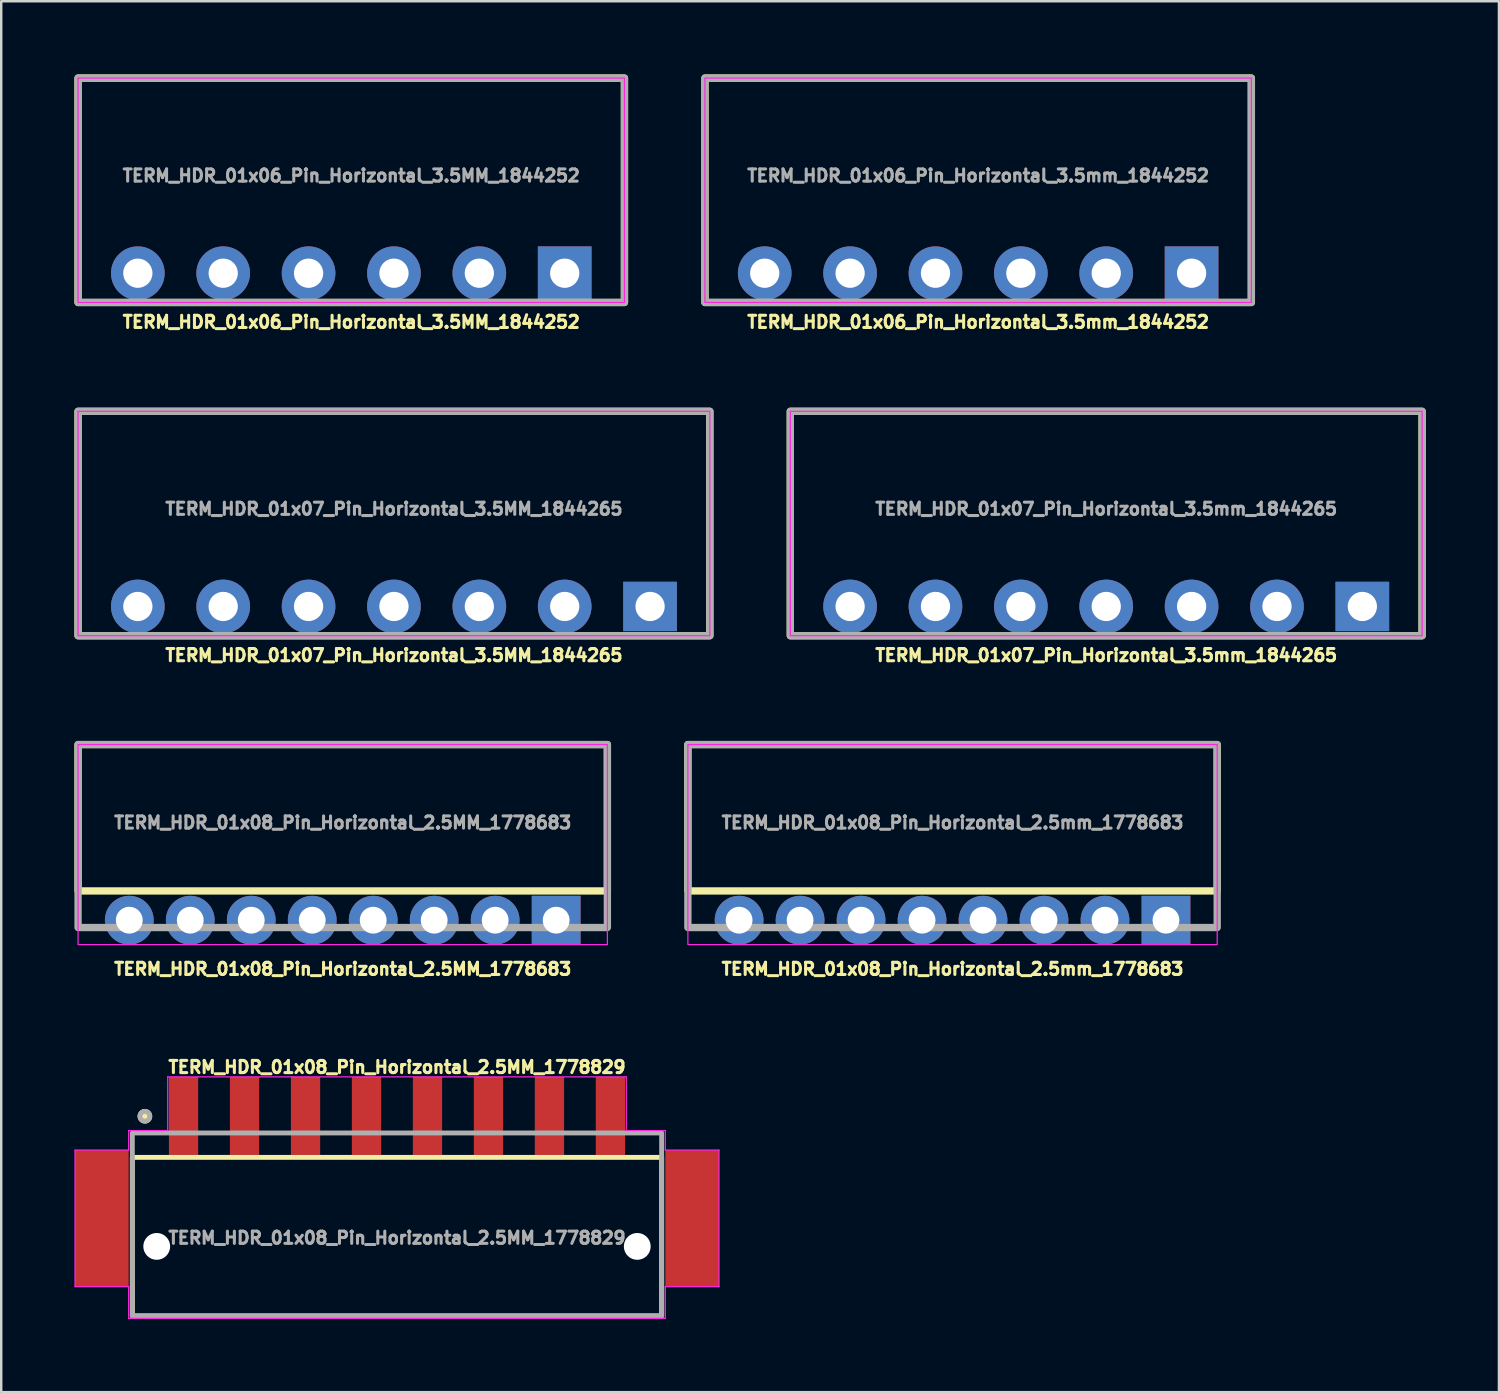
<source format=kicad_pcb>
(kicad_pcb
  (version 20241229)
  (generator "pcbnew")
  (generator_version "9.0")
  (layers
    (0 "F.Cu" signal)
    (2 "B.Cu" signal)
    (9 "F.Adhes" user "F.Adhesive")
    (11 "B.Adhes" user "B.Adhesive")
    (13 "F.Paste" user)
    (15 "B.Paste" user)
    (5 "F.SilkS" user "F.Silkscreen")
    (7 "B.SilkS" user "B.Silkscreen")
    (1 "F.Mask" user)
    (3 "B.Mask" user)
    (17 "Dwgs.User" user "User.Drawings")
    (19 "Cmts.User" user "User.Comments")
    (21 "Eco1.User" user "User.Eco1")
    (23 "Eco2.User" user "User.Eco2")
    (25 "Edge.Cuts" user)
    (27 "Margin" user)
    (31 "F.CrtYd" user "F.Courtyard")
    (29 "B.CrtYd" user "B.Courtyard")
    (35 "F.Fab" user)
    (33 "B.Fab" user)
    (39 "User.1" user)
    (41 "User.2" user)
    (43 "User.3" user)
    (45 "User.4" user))
  (footprint "TERM_HDR_01x08_Pin_Horizontal_2.5MM_1778683"
    (layer "F.Cu")
    (at 11 34.674)
    (property "Reference" "TERM_HDR_01x08_Pin_Horizontal_2.5MM_1778683" (at 0 2 0) (layer "F.SilkS") (effects (font (size 0.5 0.5) (thickness 0.125) (bold yes))))
    (attr through_hole)
    (fp_rect (start -10.85 -7.2) (end 10.85 -1.2) (stroke (width 0.3) (type default)) (fill no) (layer "F.SilkS"))
    (fp_rect (start -10.85 -7.2) (end 10.85 1) (stroke (width 0.05) (type default)) (fill no) (layer "F.CrtYd"))
    (fp_rect (start -10.85 -7.2) (end 10.85 0.3) (stroke (width 0.3) (type default)) (fill no) (layer "F.Fab"))
    (fp_text user "${REFERENCE}" (at 0 -4 0) (layer "F.Fab") (effects (font (size 0.5 0.5) (thickness 0.125) (bold yes))))
    (pad "1" thru_hole rect (at 8.75 0) (size 2 2) (drill 1.1) (layers "*.Cu" "*.Mask"))
    (pad "2" thru_hole circle (at 6.25 0) (size 2 2) (drill 1.1) (layers "*.Cu" "*.Mask"))
    (pad "3" thru_hole circle (at 3.75 0) (size 2 2) (drill 1.1) (layers "*.Cu" "*.Mask"))
    (pad "4" thru_hole circle (at 1.25 0) (size 2 2) (drill 1.1) (layers "*.Cu" "*.Mask"))
    (pad "5" thru_hole circle (at -1.25 0) (size 2 2) (drill 1.1) (layers "*.Cu" "*.Mask"))
    (pad "6" thru_hole circle (at -3.75 0) (size 2 2) (drill 1.1) (layers "*.Cu" "*.Mask"))
    (pad "7" thru_hole circle (at -6.25 0) (size 2 2) (drill 1.1) (layers "*.Cu" "*.Mask"))
    (pad "8" thru_hole circle (at -8.75 0) (size 2 2) (drill 1.1) (layers "*.Cu" "*.Mask")))
  (footprint "TERM_HDR_01x06_Pin_Horizontal_3.5mm_1844252"
    (layer "F.Cu")
    (at 37.05 8.15)
    (property "Reference" "TERM_HDR_01x06_Pin_Horizontal_3.5mm_1844252" (at 0 2 0) (layer "F.SilkS") (effects (font (size 0.5 0.5) (thickness 0.125) (bold yes))))
    (attr through_hole)
    (fp_rect (start -11.2 -8) (end 11.2 1.2) (stroke (width 0.3) (type default)) (fill no) (layer "F.SilkS"))
    (fp_rect (start -11.2 -8) (end 11.2 1.2) (stroke (width 0.05) (type default)) (fill no) (layer "F.CrtYd"))
    (fp_rect (start -11.2 -8) (end 11.2 1.2) (stroke (width 0.3) (type default)) (fill no) (layer "F.Fab"))
    (fp_text user "${REFERENCE}" (at 0 -4 0) (layer "F.Fab") (effects (font (size 0.5 0.5) (thickness 0.125) (bold yes))))
    (pad "1" thru_hole rect (at 8.75 0) (size 2.2 2.2) (drill 1.2) (layers "*.Cu" "*.Mask"))
    (pad "2" thru_hole circle (at 5.25 0) (size 2.2 2.2) (drill 1.2) (layers "*.Cu" "*.Mask"))
    (pad "3" thru_hole circle (at 1.75 0) (size 2.2 2.2) (drill 1.2) (layers "*.Cu" "*.Mask"))
    (pad "4" thru_hole circle (at -1.75 0) (size 2.2 2.2) (drill 1.2) (layers "*.Cu" "*.Mask"))
    (pad "5" thru_hole circle (at -5.25 0) (size 2.2 2.2) (drill 1.2) (layers "*.Cu" "*.Mask"))
    (pad "6" thru_hole circle (at -8.75 0) (size 2.2 2.2) (drill 1.2) (layers "*.Cu" "*.Mask")))
  (footprint "TERM_HDR_01x07_Pin_Horizontal_3.5mm_1844265"
    (layer "F.Cu")
    (at 42.3 21.812)
    (property "Reference" "TERM_HDR_01x07_Pin_Horizontal_3.5mm_1844265" (at 0 2 0) (layer "F.SilkS") (effects (font (size 0.5 0.5) (thickness 0.125) (bold yes))))
    (attr through_hole)
    (fp_rect (start -12.95 -8) (end 12.95 1.2) (stroke (width 0.3) (type default)) (fill no) (layer "F.SilkS"))
    (fp_rect (start -12.95 -8) (end 12.95 1.2) (stroke (width 0.05) (type default)) (fill no) (layer "F.CrtYd"))
    (fp_rect (start -12.95 -8) (end 12.95 1.2) (stroke (width 0.3) (type default)) (fill no) (layer "F.Fab"))
    (fp_text user "${REFERENCE}" (at 0 -4 0) (layer "F.Fab") (effects (font (size 0.5 0.5) (thickness 0.125) (bold yes))))
    (pad "1" thru_hole rect (at 10.5 0) (size 2.2 2.025) (drill 1.2) (layers "*.Cu" "*.Mask"))
    (pad "2" thru_hole circle (at 7 0) (size 2.2 2.2) (drill 1.2) (layers "*.Cu" "*.Mask"))
    (pad "3" thru_hole circle (at 3.5 0) (size 2.2 2.2) (drill 1.2) (layers "*.Cu" "*.Mask"))
    (pad "4" thru_hole circle (at 0 0) (size 2.2 2.2) (drill 1.2) (layers "*.Cu" "*.Mask"))
    (pad "5" thru_hole circle (at -3.5 0) (size 2.2 2.2) (drill 1.2) (layers "*.Cu" "*.Mask"))
    (pad "6" thru_hole circle (at -7 0) (size 2.2 2.2) (drill 1.2) (layers "*.Cu" "*.Mask"))
    (pad "7" thru_hole circle (at -10.5 0) (size 2.2 2.2) (drill 1.2) (layers "*.Cu" "*.Mask")))
  (footprint "TERM_HDR_01x08_Pin_Horizontal_2.5MM_1778829"
    (layer "F.Cu")
    (at 13.225 42.697)
    (property "Reference" "TERM_HDR_01x08_Pin_Horizontal_2.5MM_1778829" (at 0 -2 0) (layer "F.SilkS") (effects (font (size 0.5 0.5) (thickness 0.125) (bold yes))))
    (attr smd)
    (fp_rect (start -10.85 1.7) (end 10.85 8.2) (stroke (width 0.2) (type default)) (fill no) (layer "F.SilkS"))
    (fp_circle (center -10.335 0.015) (end -10.135 0.015) (stroke (width 0.2) (type solid)) (fill yes) (layer "F.SilkS"))
    (fp_line (start -13.2 1.4) (end -13.2 7) (stroke (width 0.05) (type default)) (layer "F.CrtYd"))
    (fp_line (start -13.2 7) (end -11 7) (stroke (width 0.05) (type default)) (layer "F.CrtYd"))
    (fp_line (start -11 0.6) (end -11 1.4) (stroke (width 0.05) (type default)) (layer "F.CrtYd"))
    (fp_line (start -11 1.4) (end -13.2 1.4) (stroke (width 0.05) (type default)) (layer "F.CrtYd"))
    (fp_line (start -11 7) (end -11 8.3) (stroke (width 0.05) (type default)) (layer "F.CrtYd"))
    (fp_line (start -11 8.3) (end 11 8.3) (stroke (width 0.05) (type default)) (layer "F.CrtYd"))
    (fp_line (start -9.4 -1.6) (end -9.4 0.6) (stroke (width 0.05) (type default)) (layer "F.CrtYd"))
    (fp_line (start -9.4 0.6) (end -11 0.6) (stroke (width 0.05) (type default)) (layer "F.CrtYd"))
    (fp_line (start 9.4 -1.6) (end -9.4 -1.6) (stroke (width 0.05) (type default)) (layer "F.CrtYd"))
    (fp_line (start 9.4 0.6) (end 9.4 -1.6) (stroke (width 0.05) (type default)) (layer "F.CrtYd"))
    (fp_line (start 11 0.6) (end 9.4 0.6) (stroke (width 0.05) (type default)) (layer "F.CrtYd"))
    (fp_line (start 11 1.4) (end 11 0.6) (stroke (width 0.05) (type default)) (layer "F.CrtYd"))
    (fp_line (start 11 7) (end 13.2 7) (stroke (width 0.05) (type default)) (layer "F.CrtYd"))
    (fp_line (start 11 8.3) (end 11 7) (stroke (width 0.05) (type default)) (layer "F.CrtYd"))
    (fp_line (start 13.2 1.4) (end 11 1.4) (stroke (width 0.05) (type default)) (layer "F.CrtYd"))
    (fp_line (start 13.2 7) (end 13.2 1.4) (stroke (width 0.05) (type default)) (layer "F.CrtYd"))
    (fp_rect (start -10.85 0.7) (end 10.85 8.2) (stroke (width 0.2) (type default)) (fill no) (layer "F.Fab"))
    (fp_circle (center -10.335 0.015) (end -10.135 0.015) (stroke (width 0.2) (type solid)) (fill no) (layer "F.Fab"))
    (fp_text user "${REFERENCE}" (at 0 5 0) (layer "F.Fab") (effects (font (size 0.5 0.5) (thickness 0.125) (bold yes))))
    (pad "" smd rect (at -12.1 4.2) (size 2.2 5.6) (layers "F.Cu" "F.Mask" "F.Paste"))
    (pad "" np_thru_hole circle (at -9.85 5.35) (size 1.1 1.1) (drill 1.1) (layers "*.Cu" "*.Mask"))
    (pad "" np_thru_hole circle (at 9.85 5.35) (size 1.1 1.1) (drill 1.1) (layers "*.Cu" "*.Mask"))
    (pad "" smd rect (at 12.1 4.2) (size 2.2 5.6) (layers "F.Cu" "F.Mask" "F.Paste"))
    (pad "1" smd rect (at -8.75 0) (size 1.2 3.2) (layers "F.Cu" "F.Mask" "F.Paste"))
    (pad "2" smd rect (at -6.25 0) (size 1.2 3.2) (layers "F.Cu" "F.Mask" "F.Paste"))
    (pad "3" smd rect (at -3.75 0) (size 1.2 3.2) (layers "F.Cu" "F.Mask" "F.Paste"))
    (pad "4" smd rect (at -1.25 0) (size 1.2 3.2) (layers "F.Cu" "F.Mask" "F.Paste"))
    (pad "5" smd rect (at 1.25 0) (size 1.2 3.2) (layers "F.Cu" "F.Mask" "F.Paste"))
    (pad "6" smd rect (at 3.75 0) (size 1.2 3.2) (layers "F.Cu" "F.Mask" "F.Paste"))
    (pad "7" smd rect (at 6.25 0) (size 1.2 3.2) (layers "F.Cu" "F.Mask" "F.Paste"))
    (pad "8" smd rect (at 8.75 0) (size 1.2 3.2) (layers "F.Cu" "F.Mask" "F.Paste")))
  (footprint "TERM_HDR_01x08_Pin_Horizontal_2.5mm_1778683"
    (layer "F.Cu")
    (at 36 34.674)
    (property "Reference" "TERM_HDR_01x08_Pin_Horizontal_2.5mm_1778683" (at 0 2 0) (layer "F.SilkS") (effects (font (size 0.5 0.5) (thickness 0.125) (bold yes))))
    (attr through_hole)
    (fp_rect (start -10.85 -7.2) (end 10.85 -1.2) (stroke (width 0.3) (type default)) (fill no) (layer "F.SilkS"))
    (fp_rect (start -10.85 -7.2) (end 10.85 1) (stroke (width 0.05) (type default)) (fill no) (layer "F.CrtYd"))
    (fp_rect (start -10.85 -7.2) (end 10.85 0.3) (stroke (width 0.3) (type default)) (fill no) (layer "F.Fab"))
    (fp_text user "${REFERENCE}" (at 0 -4 0) (layer "F.Fab") (effects (font (size 0.5 0.5) (thickness 0.125) (bold yes))))
    (pad "1" thru_hole rect (at 8.75 0) (size 2 2) (drill 1.1) (layers "*.Cu" "*.Mask"))
    (pad "2" thru_hole circle (at 6.25 0) (size 2 2) (drill 1.1) (layers "*.Cu" "*.Mask"))
    (pad "3" thru_hole circle (at 3.75 0) (size 2 2) (drill 1.1) (layers "*.Cu" "*.Mask"))
    (pad "4" thru_hole circle (at 1.25 0) (size 2 2) (drill 1.1) (layers "*.Cu" "*.Mask"))
    (pad "5" thru_hole circle (at -1.25 0) (size 2 2) (drill 1.1) (layers "*.Cu" "*.Mask"))
    (pad "6" thru_hole circle (at -3.75 0) (size 2 2) (drill 1.1) (layers "*.Cu" "*.Mask"))
    (pad "7" thru_hole circle (at -6.25 0) (size 2 2) (drill 1.1) (layers "*.Cu" "*.Mask"))
    (pad "8" thru_hole circle (at -8.75 0) (size 2 2) (drill 1.1) (layers "*.Cu" "*.Mask")))
  (footprint "TERM_HDR_01x06_Pin_Horizontal_3.5MM_1844252"
    (layer "F.Cu")
    (at 11.35 8.15)
    (property "Reference" "TERM_HDR_01x06_Pin_Horizontal_3.5MM_1844252" (at 0 2 0) (layer "F.SilkS") (effects (font (size 0.5 0.5) (thickness 0.125) (bold yes))))
    (attr through_hole)
    (fp_rect (start -11.2 -8) (end 11.2 1.2) (stroke (width 0.3) (type default)) (fill no) (layer "F.SilkS"))
    (fp_rect (start -11.2 -8) (end 11.2 1.2) (stroke (width 0.05) (type default)) (fill no) (layer "F.CrtYd"))
    (fp_rect (start -11.2 -8) (end 11.2 1.2) (stroke (width 0.3) (type default)) (fill no) (layer "F.Fab"))
    (fp_text user "${REFERENCE}" (at 0 -4 0) (layer "F.Fab") (effects (font (size 0.5 0.5) (thickness 0.125) (bold yes))))
    (pad "1" thru_hole rect (at 8.75 0) (size 2.2 2.2) (drill 1.2) (layers "*.Cu" "*.Mask"))
    (pad "2" thru_hole circle (at 5.25 0) (size 2.2 2.2) (drill 1.2) (layers "*.Cu" "*.Mask"))
    (pad "3" thru_hole circle (at 1.75 0) (size 2.2 2.2) (drill 1.2) (layers "*.Cu" "*.Mask"))
    (pad "4" thru_hole circle (at -1.75 0) (size 2.2 2.2) (drill 1.2) (layers "*.Cu" "*.Mask"))
    (pad "5" thru_hole circle (at -5.25 0) (size 2.2 2.2) (drill 1.2) (layers "*.Cu" "*.Mask"))
    (pad "6" thru_hole circle (at -8.75 0) (size 2.2 2.2) (drill 1.2) (layers "*.Cu" "*.Mask")))
  (footprint "TERM_HDR_01x07_Pin_Horizontal_3.5MM_1844265"
    (layer "F.Cu")
    (at 13.1 21.812)
    (property "Reference" "TERM_HDR_01x07_Pin_Horizontal_3.5MM_1844265" (at 0 2 0) (layer "F.SilkS") (effects (font (size 0.5 0.5) (thickness 0.125) (bold yes))))
    (attr through_hole)
    (fp_rect (start -12.95 -8) (end 12.95 1.2) (stroke (width 0.3) (type default)) (fill no) (layer "F.SilkS"))
    (fp_rect (start -12.95 -8) (end 12.95 1.2) (stroke (width 0.05) (type default)) (fill no) (layer "F.CrtYd"))
    (fp_rect (start -12.95 -8) (end 12.95 1.2) (stroke (width 0.3) (type default)) (fill no) (layer "F.Fab"))
    (fp_text user "${REFERENCE}" (at 0 -4 0) (layer "F.Fab") (effects (font (size 0.5 0.5) (thickness 0.125) (bold yes))))
    (pad "1" thru_hole rect (at 10.5 0) (size 2.2 2.025) (drill 1.2) (layers "*.Cu" "*.Mask"))
    (pad "2" thru_hole circle (at 7 0) (size 2.2 2.2) (drill 1.2) (layers "*.Cu" "*.Mask"))
    (pad "3" thru_hole circle (at 3.5 0) (size 2.2 2.2) (drill 1.2) (layers "*.Cu" "*.Mask"))
    (pad "4" thru_hole circle (at 0 0) (size 2.2 2.2) (drill 1.2) (layers "*.Cu" "*.Mask"))
    (pad "5" thru_hole circle (at -3.5 0) (size 2.2 2.2) (drill 1.2) (layers "*.Cu" "*.Mask"))
    (pad "6" thru_hole circle (at -7 0) (size 2.2 2.2) (drill 1.2) (layers "*.Cu" "*.Mask"))
    (pad "7" thru_hole circle (at -10.5 0) (size 2.2 2.2) (drill 1.2) (layers "*.Cu" "*.Mask")))
  (gr_rect
    (start -3 -3)
    (end 58.4 54.023)
    (stroke (width 0.1) (type default))
    (fill no)
    (layer "Edge.Cuts")))
</source>
